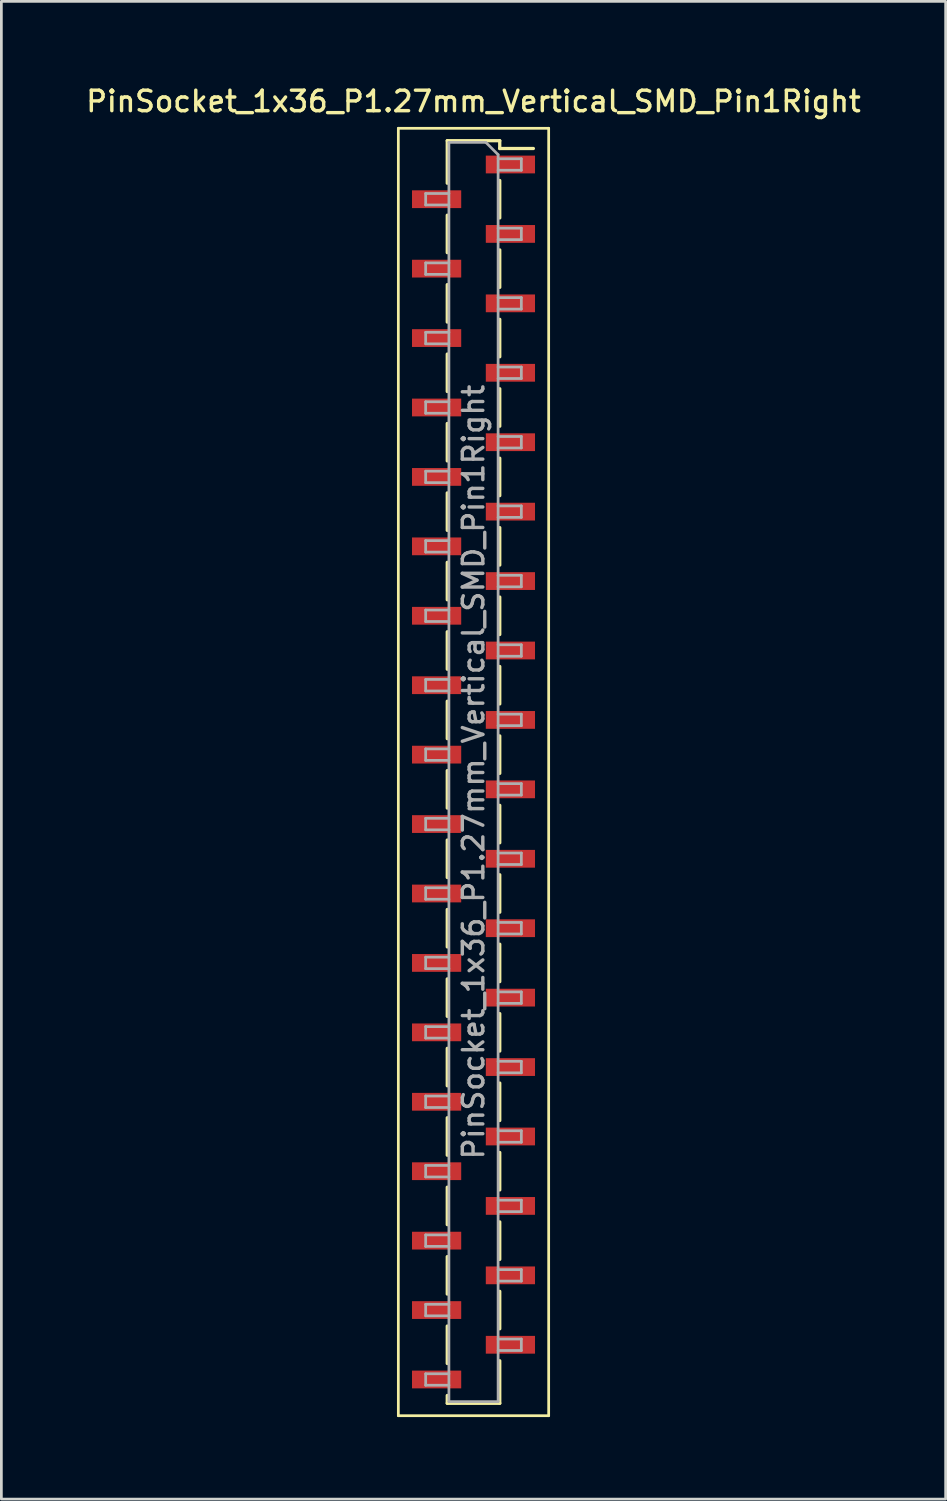
<source format=kicad_pcb>
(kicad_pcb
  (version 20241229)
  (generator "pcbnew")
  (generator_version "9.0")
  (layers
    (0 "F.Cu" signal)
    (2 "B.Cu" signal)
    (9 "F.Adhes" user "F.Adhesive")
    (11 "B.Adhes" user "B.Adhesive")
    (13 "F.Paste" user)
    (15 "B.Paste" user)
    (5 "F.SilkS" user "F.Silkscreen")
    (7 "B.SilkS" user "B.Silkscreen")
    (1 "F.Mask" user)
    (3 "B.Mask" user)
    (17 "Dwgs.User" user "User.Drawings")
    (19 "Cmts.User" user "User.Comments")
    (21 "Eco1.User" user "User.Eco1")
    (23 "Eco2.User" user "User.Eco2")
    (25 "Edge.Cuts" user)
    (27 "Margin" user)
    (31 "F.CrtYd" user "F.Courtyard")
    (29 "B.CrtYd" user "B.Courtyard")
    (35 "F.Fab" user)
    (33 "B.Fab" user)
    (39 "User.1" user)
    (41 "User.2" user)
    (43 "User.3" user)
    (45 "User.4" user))
  (footprint "PinSocket_1x36_P1.27mm_Vertical_SMD_Pin1Right"
    (layer "F.Cu")
    (at 14.273 25.193)
    (property "Reference" "PinSocket_1x36_P1.27mm_Vertical_SMD_Pin1Right" (at 0 -24.535 0) (layer "F.SilkS") (effects (font (size 0.75 0.75) (thickness 0.125))))
    (attr smd)
    (fp_line (start -2.75 -23.55) (end 2.75 -23.55) (stroke (width 0.1) (type solid)) (layer "F.SilkS"))
    (fp_line (start -2.75 23.55) (end -2.75 -23.55) (stroke (width 0.1) (type solid)) (layer "F.SilkS"))
    (fp_line (start -0.96 -23.095) (end -0.96 -21.54) (stroke (width 0.12) (type solid)) (layer "F.SilkS"))
    (fp_line (start -0.96 -23.095) (end 0.96 -23.095) (stroke (width 0.12) (type solid)) (layer "F.SilkS"))
    (fp_line (start -0.96 -20.37) (end -0.96 -19) (stroke (width 0.12) (type solid)) (layer "F.SilkS"))
    (fp_line (start -0.96 -17.83) (end -0.96 -16.46) (stroke (width 0.12) (type solid)) (layer "F.SilkS"))
    (fp_line (start -0.96 -15.29) (end -0.96 -13.92) (stroke (width 0.12) (type solid)) (layer "F.SilkS"))
    (fp_line (start -0.96 -12.75) (end -0.96 -11.38) (stroke (width 0.12) (type solid)) (layer "F.SilkS"))
    (fp_line (start -0.96 -10.21) (end -0.96 -8.84) (stroke (width 0.12) (type solid)) (layer "F.SilkS"))
    (fp_line (start -0.96 -7.67) (end -0.96 -6.3) (stroke (width 0.12) (type solid)) (layer "F.SilkS"))
    (fp_line (start -0.96 -5.13) (end -0.96 -3.76) (stroke (width 0.12) (type solid)) (layer "F.SilkS"))
    (fp_line (start -0.96 -2.59) (end -0.96 -1.22) (stroke (width 0.12) (type solid)) (layer "F.SilkS"))
    (fp_line (start -0.96 -0.05) (end -0.96 1.32) (stroke (width 0.12) (type solid)) (layer "F.SilkS"))
    (fp_line (start -0.96 2.49) (end -0.96 3.86) (stroke (width 0.12) (type solid)) (layer "F.SilkS"))
    (fp_line (start -0.96 5.03) (end -0.96 6.4) (stroke (width 0.12) (type solid)) (layer "F.SilkS"))
    (fp_line (start -0.96 7.57) (end -0.96 8.94) (stroke (width 0.12) (type solid)) (layer "F.SilkS"))
    (fp_line (start -0.96 10.11) (end -0.96 11.48) (stroke (width 0.12) (type solid)) (layer "F.SilkS"))
    (fp_line (start -0.96 12.65) (end -0.96 14.02) (stroke (width 0.12) (type solid)) (layer "F.SilkS"))
    (fp_line (start -0.96 15.19) (end -0.96 16.56) (stroke (width 0.12) (type solid)) (layer "F.SilkS"))
    (fp_line (start -0.96 17.73) (end -0.96 19.1) (stroke (width 0.12) (type solid)) (layer "F.SilkS"))
    (fp_line (start -0.96 20.27) (end -0.96 21.64) (stroke (width 0.12) (type solid)) (layer "F.SilkS"))
    (fp_line (start -0.96 22.81) (end -0.96 23.095) (stroke (width 0.12) (type solid)) (layer "F.SilkS"))
    (fp_line (start -0.96 23.095) (end 0.96 23.095) (stroke (width 0.12) (type solid)) (layer "F.SilkS"))
    (fp_line (start 0.96 -23.095) (end 0.96 -22.81) (stroke (width 0.12) (type solid)) (layer "F.SilkS"))
    (fp_line (start 0.96 -22.81) (end 2.19 -22.81) (stroke (width 0.12) (type solid)) (layer "F.SilkS"))
    (fp_line (start 0.96 -21.64) (end 0.96 -20.27) (stroke (width 0.12) (type solid)) (layer "F.SilkS"))
    (fp_line (start 0.96 -19.1) (end 0.96 -17.73) (stroke (width 0.12) (type solid)) (layer "F.SilkS"))
    (fp_line (start 0.96 -16.56) (end 0.96 -15.19) (stroke (width 0.12) (type solid)) (layer "F.SilkS"))
    (fp_line (start 0.96 -14.02) (end 0.96 -12.65) (stroke (width 0.12) (type solid)) (layer "F.SilkS"))
    (fp_line (start 0.96 -11.48) (end 0.96 -10.11) (stroke (width 0.12) (type solid)) (layer "F.SilkS"))
    (fp_line (start 0.96 -8.94) (end 0.96 -7.57) (stroke (width 0.12) (type solid)) (layer "F.SilkS"))
    (fp_line (start 0.96 -6.4) (end 0.96 -5.03) (stroke (width 0.12) (type solid)) (layer "F.SilkS"))
    (fp_line (start 0.96 -3.86) (end 0.96 -2.49) (stroke (width 0.12) (type solid)) (layer "F.SilkS"))
    (fp_line (start 0.96 -1.32) (end 0.96 0.05) (stroke (width 0.12) (type solid)) (layer "F.SilkS"))
    (fp_line (start 0.96 1.22) (end 0.96 2.59) (stroke (width 0.12) (type solid)) (layer "F.SilkS"))
    (fp_line (start 0.96 3.76) (end 0.96 5.13) (stroke (width 0.12) (type solid)) (layer "F.SilkS"))
    (fp_line (start 0.96 6.3) (end 0.96 7.67) (stroke (width 0.12) (type solid)) (layer "F.SilkS"))
    (fp_line (start 0.96 8.84) (end 0.96 10.21) (stroke (width 0.12) (type solid)) (layer "F.SilkS"))
    (fp_line (start 0.96 11.38) (end 0.96 12.75) (stroke (width 0.12) (type solid)) (layer "F.SilkS"))
    (fp_line (start 0.96 13.92) (end 0.96 15.29) (stroke (width 0.12) (type solid)) (layer "F.SilkS"))
    (fp_line (start 0.96 16.46) (end 0.96 17.83) (stroke (width 0.12) (type solid)) (layer "F.SilkS"))
    (fp_line (start 0.96 19) (end 0.96 20.37) (stroke (width 0.12) (type solid)) (layer "F.SilkS"))
    (fp_line (start 0.96 21.54) (end 0.96 23.095) (stroke (width 0.12) (type solid)) (layer "F.SilkS"))
    (fp_line (start 2.75 -23.55) (end 2.75 23.55) (stroke (width 0.1) (type solid)) (layer "F.SilkS"))
    (fp_line (start 2.75 23.55) (end -2.75 23.55) (stroke (width 0.1) (type solid)) (layer "F.SilkS"))
    (fp_line (start -1.75 -21.165) (end -0.9 -21.165) (stroke (width 0.1) (type solid)) (layer "F.Fab"))
    (fp_line (start -1.75 -20.745) (end -1.75 -21.165) (stroke (width 0.1) (type solid)) (layer "F.Fab"))
    (fp_line (start -1.75 -18.625) (end -0.9 -18.625) (stroke (width 0.1) (type solid)) (layer "F.Fab"))
    (fp_line (start -1.75 -18.205) (end -1.75 -18.625) (stroke (width 0.1) (type solid)) (layer "F.Fab"))
    (fp_line (start -1.75 -16.085) (end -0.9 -16.085) (stroke (width 0.1) (type solid)) (layer "F.Fab"))
    (fp_line (start -1.75 -15.665) (end -1.75 -16.085) (stroke (width 0.1) (type solid)) (layer "F.Fab"))
    (fp_line (start -1.75 -13.545) (end -0.9 -13.545) (stroke (width 0.1) (type solid)) (layer "F.Fab"))
    (fp_line (start -1.75 -13.125) (end -1.75 -13.545) (stroke (width 0.1) (type solid)) (layer "F.Fab"))
    (fp_line (start -1.75 -11.005) (end -0.9 -11.005) (stroke (width 0.1) (type solid)) (layer "F.Fab"))
    (fp_line (start -1.75 -10.585) (end -1.75 -11.005) (stroke (width 0.1) (type solid)) (layer "F.Fab"))
    (fp_line (start -1.75 -8.465) (end -0.9 -8.465) (stroke (width 0.1) (type solid)) (layer "F.Fab"))
    (fp_line (start -1.75 -8.045) (end -1.75 -8.465) (stroke (width 0.1) (type solid)) (layer "F.Fab"))
    (fp_line (start -1.75 -5.925) (end -0.9 -5.925) (stroke (width 0.1) (type solid)) (layer "F.Fab"))
    (fp_line (start -1.75 -5.505) (end -1.75 -5.925) (stroke (width 0.1) (type solid)) (layer "F.Fab"))
    (fp_line (start -1.75 -3.385) (end -0.9 -3.385) (stroke (width 0.1) (type solid)) (layer "F.Fab"))
    (fp_line (start -1.75 -2.965) (end -1.75 -3.385) (stroke (width 0.1) (type solid)) (layer "F.Fab"))
    (fp_line (start -1.75 -0.845) (end -0.9 -0.845) (stroke (width 0.1) (type solid)) (layer "F.Fab"))
    (fp_line (start -1.75 -0.425) (end -1.75 -0.845) (stroke (width 0.1) (type solid)) (layer "F.Fab"))
    (fp_line (start -1.75 1.695) (end -0.9 1.695) (stroke (width 0.1) (type solid)) (layer "F.Fab"))
    (fp_line (start -1.75 2.115) (end -1.75 1.695) (stroke (width 0.1) (type solid)) (layer "F.Fab"))
    (fp_line (start -1.75 4.235) (end -0.9 4.235) (stroke (width 0.1) (type solid)) (layer "F.Fab"))
    (fp_line (start -1.75 4.655) (end -1.75 4.235) (stroke (width 0.1) (type solid)) (layer "F.Fab"))
    (fp_line (start -1.75 6.775) (end -0.9 6.775) (stroke (width 0.1) (type solid)) (layer "F.Fab"))
    (fp_line (start -1.75 7.195) (end -1.75 6.775) (stroke (width 0.1) (type solid)) (layer "F.Fab"))
    (fp_line (start -1.75 9.315) (end -0.9 9.315) (stroke (width 0.1) (type solid)) (layer "F.Fab"))
    (fp_line (start -1.75 9.735) (end -1.75 9.315) (stroke (width 0.1) (type solid)) (layer "F.Fab"))
    (fp_line (start -1.75 11.855) (end -0.9 11.855) (stroke (width 0.1) (type solid)) (layer "F.Fab"))
    (fp_line (start -1.75 12.275) (end -1.75 11.855) (stroke (width 0.1) (type solid)) (layer "F.Fab"))
    (fp_line (start -1.75 14.395) (end -0.9 14.395) (stroke (width 0.1) (type solid)) (layer "F.Fab"))
    (fp_line (start -1.75 14.815) (end -1.75 14.395) (stroke (width 0.1) (type solid)) (layer "F.Fab"))
    (fp_line (start -1.75 16.935) (end -0.9 16.935) (stroke (width 0.1) (type solid)) (layer "F.Fab"))
    (fp_line (start -1.75 17.355) (end -1.75 16.935) (stroke (width 0.1) (type solid)) (layer "F.Fab"))
    (fp_line (start -1.75 19.475) (end -0.9 19.475) (stroke (width 0.1) (type solid)) (layer "F.Fab"))
    (fp_line (start -1.75 19.895) (end -1.75 19.475) (stroke (width 0.1) (type solid)) (layer "F.Fab"))
    (fp_line (start -1.75 22.015) (end -0.9 22.015) (stroke (width 0.1) (type solid)) (layer "F.Fab"))
    (fp_line (start -1.75 22.435) (end -1.75 22.015) (stroke (width 0.1) (type solid)) (layer "F.Fab"))
    (fp_line (start -0.9 -23.035) (end 0.45 -23.035) (stroke (width 0.1) (type solid)) (layer "F.Fab"))
    (fp_line (start -0.9 -20.745) (end -1.75 -20.745) (stroke (width 0.1) (type solid)) (layer "F.Fab"))
    (fp_line (start -0.9 -18.205) (end -1.75 -18.205) (stroke (width 0.1) (type solid)) (layer "F.Fab"))
    (fp_line (start -0.9 -15.665) (end -1.75 -15.665) (stroke (width 0.1) (type solid)) (layer "F.Fab"))
    (fp_line (start -0.9 -13.125) (end -1.75 -13.125) (stroke (width 0.1) (type solid)) (layer "F.Fab"))
    (fp_line (start -0.9 -10.585) (end -1.75 -10.585) (stroke (width 0.1) (type solid)) (layer "F.Fab"))
    (fp_line (start -0.9 -8.045) (end -1.75 -8.045) (stroke (width 0.1) (type solid)) (layer "F.Fab"))
    (fp_line (start -0.9 -5.505) (end -1.75 -5.505) (stroke (width 0.1) (type solid)) (layer "F.Fab"))
    (fp_line (start -0.9 -2.965) (end -1.75 -2.965) (stroke (width 0.1) (type solid)) (layer "F.Fab"))
    (fp_line (start -0.9 -0.425) (end -1.75 -0.425) (stroke (width 0.1) (type solid)) (layer "F.Fab"))
    (fp_line (start -0.9 2.115) (end -1.75 2.115) (stroke (width 0.1) (type solid)) (layer "F.Fab"))
    (fp_line (start -0.9 4.655) (end -1.75 4.655) (stroke (width 0.1) (type solid)) (layer "F.Fab"))
    (fp_line (start -0.9 7.195) (end -1.75 7.195) (stroke (width 0.1) (type solid)) (layer "F.Fab"))
    (fp_line (start -0.9 9.735) (end -1.75 9.735) (stroke (width 0.1) (type solid)) (layer "F.Fab"))
    (fp_line (start -0.9 12.275) (end -1.75 12.275) (stroke (width 0.1) (type solid)) (layer "F.Fab"))
    (fp_line (start -0.9 14.815) (end -1.75 14.815) (stroke (width 0.1) (type solid)) (layer "F.Fab"))
    (fp_line (start -0.9 17.355) (end -1.75 17.355) (stroke (width 0.1) (type solid)) (layer "F.Fab"))
    (fp_line (start -0.9 19.895) (end -1.75 19.895) (stroke (width 0.1) (type solid)) (layer "F.Fab"))
    (fp_line (start -0.9 22.435) (end -1.75 22.435) (stroke (width 0.1) (type solid)) (layer "F.Fab"))
    (fp_line (start -0.9 23.035) (end -0.9 -23.035) (stroke (width 0.1) (type solid)) (layer "F.Fab"))
    (fp_line (start 0.45 -23.035) (end 0.9 -22.585) (stroke (width 0.1) (type solid)) (layer "F.Fab"))
    (fp_line (start 0.9 -22.585) (end 0.9 23.035) (stroke (width 0.1) (type solid)) (layer "F.Fab"))
    (fp_line (start 0.9 -22.435) (end 1.75 -22.435) (stroke (width 0.1) (type solid)) (layer "F.Fab"))
    (fp_line (start 0.9 -19.895) (end 1.75 -19.895) (stroke (width 0.1) (type solid)) (layer "F.Fab"))
    (fp_line (start 0.9 -17.355) (end 1.75 -17.355) (stroke (width 0.1) (type solid)) (layer "F.Fab"))
    (fp_line (start 0.9 -14.815) (end 1.75 -14.815) (stroke (width 0.1) (type solid)) (layer "F.Fab"))
    (fp_line (start 0.9 -12.275) (end 1.75 -12.275) (stroke (width 0.1) (type solid)) (layer "F.Fab"))
    (fp_line (start 0.9 -9.735) (end 1.75 -9.735) (stroke (width 0.1) (type solid)) (layer "F.Fab"))
    (fp_line (start 0.9 -7.195) (end 1.75 -7.195) (stroke (width 0.1) (type solid)) (layer "F.Fab"))
    (fp_line (start 0.9 -4.655) (end 1.75 -4.655) (stroke (width 0.1) (type solid)) (layer "F.Fab"))
    (fp_line (start 0.9 -2.115) (end 1.75 -2.115) (stroke (width 0.1) (type solid)) (layer "F.Fab"))
    (fp_line (start 0.9 0.425) (end 1.75 0.425) (stroke (width 0.1) (type solid)) (layer "F.Fab"))
    (fp_line (start 0.9 2.965) (end 1.75 2.965) (stroke (width 0.1) (type solid)) (layer "F.Fab"))
    (fp_line (start 0.9 5.505) (end 1.75 5.505) (stroke (width 0.1) (type solid)) (layer "F.Fab"))
    (fp_line (start 0.9 8.045) (end 1.75 8.045) (stroke (width 0.1) (type solid)) (layer "F.Fab"))
    (fp_line (start 0.9 10.585) (end 1.75 10.585) (stroke (width 0.1) (type solid)) (layer "F.Fab"))
    (fp_line (start 0.9 13.125) (end 1.75 13.125) (stroke (width 0.1) (type solid)) (layer "F.Fab"))
    (fp_line (start 0.9 15.665) (end 1.75 15.665) (stroke (width 0.1) (type solid)) (layer "F.Fab"))
    (fp_line (start 0.9 18.205) (end 1.75 18.205) (stroke (width 0.1) (type solid)) (layer "F.Fab"))
    (fp_line (start 0.9 20.745) (end 1.75 20.745) (stroke (width 0.1) (type solid)) (layer "F.Fab"))
    (fp_line (start 0.9 23.035) (end -0.9 23.035) (stroke (width 0.1) (type solid)) (layer "F.Fab"))
    (fp_line (start 1.75 -22.435) (end 1.75 -22.015) (stroke (width 0.1) (type solid)) (layer "F.Fab"))
    (fp_line (start 1.75 -22.015) (end 0.9 -22.015) (stroke (width 0.1) (type solid)) (layer "F.Fab"))
    (fp_line (start 1.75 -19.895) (end 1.75 -19.475) (stroke (width 0.1) (type solid)) (layer "F.Fab"))
    (fp_line (start 1.75 -19.475) (end 0.9 -19.475) (stroke (width 0.1) (type solid)) (layer "F.Fab"))
    (fp_line (start 1.75 -17.355) (end 1.75 -16.935) (stroke (width 0.1) (type solid)) (layer "F.Fab"))
    (fp_line (start 1.75 -16.935) (end 0.9 -16.935) (stroke (width 0.1) (type solid)) (layer "F.Fab"))
    (fp_line (start 1.75 -14.815) (end 1.75 -14.395) (stroke (width 0.1) (type solid)) (layer "F.Fab"))
    (fp_line (start 1.75 -14.395) (end 0.9 -14.395) (stroke (width 0.1) (type solid)) (layer "F.Fab"))
    (fp_line (start 1.75 -12.275) (end 1.75 -11.855) (stroke (width 0.1) (type solid)) (layer "F.Fab"))
    (fp_line (start 1.75 -11.855) (end 0.9 -11.855) (stroke (width 0.1) (type solid)) (layer "F.Fab"))
    (fp_line (start 1.75 -9.735) (end 1.75 -9.315) (stroke (width 0.1) (type solid)) (layer "F.Fab"))
    (fp_line (start 1.75 -9.315) (end 0.9 -9.315) (stroke (width 0.1) (type solid)) (layer "F.Fab"))
    (fp_line (start 1.75 -7.195) (end 1.75 -6.775) (stroke (width 0.1) (type solid)) (layer "F.Fab"))
    (fp_line (start 1.75 -6.775) (end 0.9 -6.775) (stroke (width 0.1) (type solid)) (layer "F.Fab"))
    (fp_line (start 1.75 -4.655) (end 1.75 -4.235) (stroke (width 0.1) (type solid)) (layer "F.Fab"))
    (fp_line (start 1.75 -4.235) (end 0.9 -4.235) (stroke (width 0.1) (type solid)) (layer "F.Fab"))
    (fp_line (start 1.75 -2.115) (end 1.75 -1.695) (stroke (width 0.1) (type solid)) (layer "F.Fab"))
    (fp_line (start 1.75 -1.695) (end 0.9 -1.695) (stroke (width 0.1) (type solid)) (layer "F.Fab"))
    (fp_line (start 1.75 0.425) (end 1.75 0.845) (stroke (width 0.1) (type solid)) (layer "F.Fab"))
    (fp_line (start 1.75 0.845) (end 0.9 0.845) (stroke (width 0.1) (type solid)) (layer "F.Fab"))
    (fp_line (start 1.75 2.965) (end 1.75 3.385) (stroke (width 0.1) (type solid)) (layer "F.Fab"))
    (fp_line (start 1.75 3.385) (end 0.9 3.385) (stroke (width 0.1) (type solid)) (layer "F.Fab"))
    (fp_line (start 1.75 5.505) (end 1.75 5.925) (stroke (width 0.1) (type solid)) (layer "F.Fab"))
    (fp_line (start 1.75 5.925) (end 0.9 5.925) (stroke (width 0.1) (type solid)) (layer "F.Fab"))
    (fp_line (start 1.75 8.045) (end 1.75 8.465) (stroke (width 0.1) (type solid)) (layer "F.Fab"))
    (fp_line (start 1.75 8.465) (end 0.9 8.465) (stroke (width 0.1) (type solid)) (layer "F.Fab"))
    (fp_line (start 1.75 10.585) (end 1.75 11.005) (stroke (width 0.1) (type solid)) (layer "F.Fab"))
    (fp_line (start 1.75 11.005) (end 0.9 11.005) (stroke (width 0.1) (type solid)) (layer "F.Fab"))
    (fp_line (start 1.75 13.125) (end 1.75 13.545) (stroke (width 0.1) (type solid)) (layer "F.Fab"))
    (fp_line (start 1.75 13.545) (end 0.9 13.545) (stroke (width 0.1) (type solid)) (layer "F.Fab"))
    (fp_line (start 1.75 15.665) (end 1.75 16.085) (stroke (width 0.1) (type solid)) (layer "F.Fab"))
    (fp_line (start 1.75 16.085) (end 0.9 16.085) (stroke (width 0.1) (type solid)) (layer "F.Fab"))
    (fp_line (start 1.75 18.205) (end 1.75 18.625) (stroke (width 0.1) (type solid)) (layer "F.Fab"))
    (fp_line (start 1.75 18.625) (end 0.9 18.625) (stroke (width 0.1) (type solid)) (layer "F.Fab"))
    (fp_line (start 1.75 20.745) (end 1.75 21.165) (stroke (width 0.1) (type solid)) (layer "F.Fab"))
    (fp_line (start 1.75 21.165) (end 0.9 21.165) (stroke (width 0.1) (type solid)) (layer "F.Fab"))
    (fp_text user "${REFERENCE}" (at 0 0 90) (layer "F.Fab") (effects (font (size 0.75 0.75) (thickness 0.125))))
    (pad "1" smd rect (at 1.35 -22.225) (size 1.8 0.65) (layers "F.Cu" "F.Mask" "F.Paste"))
    (pad "2" smd rect (at -1.35 -20.955) (size 1.8 0.65) (layers "F.Cu" "F.Mask" "F.Paste"))
    (pad "3" smd rect (at 1.35 -19.685) (size 1.8 0.65) (layers "F.Cu" "F.Mask" "F.Paste"))
    (pad "4" smd rect (at -1.35 -18.415) (size 1.8 0.65) (layers "F.Cu" "F.Mask" "F.Paste"))
    (pad "5" smd rect (at 1.35 -17.145) (size 1.8 0.65) (layers "F.Cu" "F.Mask" "F.Paste"))
    (pad "6" smd rect (at -1.35 -15.875) (size 1.8 0.65) (layers "F.Cu" "F.Mask" "F.Paste"))
    (pad "7" smd rect (at 1.35 -14.605) (size 1.8 0.65) (layers "F.Cu" "F.Mask" "F.Paste"))
    (pad "8" smd rect (at -1.35 -13.335) (size 1.8 0.65) (layers "F.Cu" "F.Mask" "F.Paste"))
    (pad "9" smd rect (at 1.35 -12.065) (size 1.8 0.65) (layers "F.Cu" "F.Mask" "F.Paste"))
    (pad "10" smd rect (at -1.35 -10.795) (size 1.8 0.65) (layers "F.Cu" "F.Mask" "F.Paste"))
    (pad "11" smd rect (at 1.35 -9.525) (size 1.8 0.65) (layers "F.Cu" "F.Mask" "F.Paste"))
    (pad "12" smd rect (at -1.35 -8.255) (size 1.8 0.65) (layers "F.Cu" "F.Mask" "F.Paste"))
    (pad "13" smd rect (at 1.35 -6.985) (size 1.8 0.65) (layers "F.Cu" "F.Mask" "F.Paste"))
    (pad "14" smd rect (at -1.35 -5.715) (size 1.8 0.65) (layers "F.Cu" "F.Mask" "F.Paste"))
    (pad "15" smd rect (at 1.35 -4.445) (size 1.8 0.65) (layers "F.Cu" "F.Mask" "F.Paste"))
    (pad "16" smd rect (at -1.35 -3.175) (size 1.8 0.65) (layers "F.Cu" "F.Mask" "F.Paste"))
    (pad "17" smd rect (at 1.35 -1.905) (size 1.8 0.65) (layers "F.Cu" "F.Mask" "F.Paste"))
    (pad "18" smd rect (at -1.35 -0.635) (size 1.8 0.65) (layers "F.Cu" "F.Mask" "F.Paste"))
    (pad "19" smd rect (at 1.35 0.635) (size 1.8 0.65) (layers "F.Cu" "F.Mask" "F.Paste"))
    (pad "20" smd rect (at -1.35 1.905) (size 1.8 0.65) (layers "F.Cu" "F.Mask" "F.Paste"))
    (pad "21" smd rect (at 1.35 3.175) (size 1.8 0.65) (layers "F.Cu" "F.Mask" "F.Paste"))
    (pad "22" smd rect (at -1.35 4.445) (size 1.8 0.65) (layers "F.Cu" "F.Mask" "F.Paste"))
    (pad "23" smd rect (at 1.35 5.715) (size 1.8 0.65) (layers "F.Cu" "F.Mask" "F.Paste"))
    (pad "24" smd rect (at -1.35 6.985) (size 1.8 0.65) (layers "F.Cu" "F.Mask" "F.Paste"))
    (pad "25" smd rect (at 1.35 8.255) (size 1.8 0.65) (layers "F.Cu" "F.Mask" "F.Paste"))
    (pad "26" smd rect (at -1.35 9.525) (size 1.8 0.65) (layers "F.Cu" "F.Mask" "F.Paste"))
    (pad "27" smd rect (at 1.35 10.795) (size 1.8 0.65) (layers "F.Cu" "F.Mask" "F.Paste"))
    (pad "28" smd rect (at -1.35 12.065) (size 1.8 0.65) (layers "F.Cu" "F.Mask" "F.Paste"))
    (pad "29" smd rect (at 1.35 13.335) (size 1.8 0.65) (layers "F.Cu" "F.Mask" "F.Paste"))
    (pad "30" smd rect (at -1.35 14.605) (size 1.8 0.65) (layers "F.Cu" "F.Mask" "F.Paste"))
    (pad "31" smd rect (at 1.35 15.875) (size 1.8 0.65) (layers "F.Cu" "F.Mask" "F.Paste"))
    (pad "32" smd rect (at -1.35 17.145) (size 1.8 0.65) (layers "F.Cu" "F.Mask" "F.Paste"))
    (pad "33" smd rect (at 1.35 18.415) (size 1.8 0.65) (layers "F.Cu" "F.Mask" "F.Paste"))
    (pad "34" smd rect (at -1.35 19.685) (size 1.8 0.65) (layers "F.Cu" "F.Mask" "F.Paste"))
    (pad "35" smd rect (at 1.35 20.955) (size 1.8 0.65) (layers "F.Cu" "F.Mask" "F.Paste"))
    (pad "36" smd rect (at -1.35 22.225) (size 1.8 0.65) (layers "F.Cu" "F.Mask" "F.Paste")))
  (gr_rect
    (start -3 -3)
    (end 31.546 51.793)
    (stroke (width 0.1) (type default))
    (fill no)
    (layer "Edge.Cuts")))
</source>
